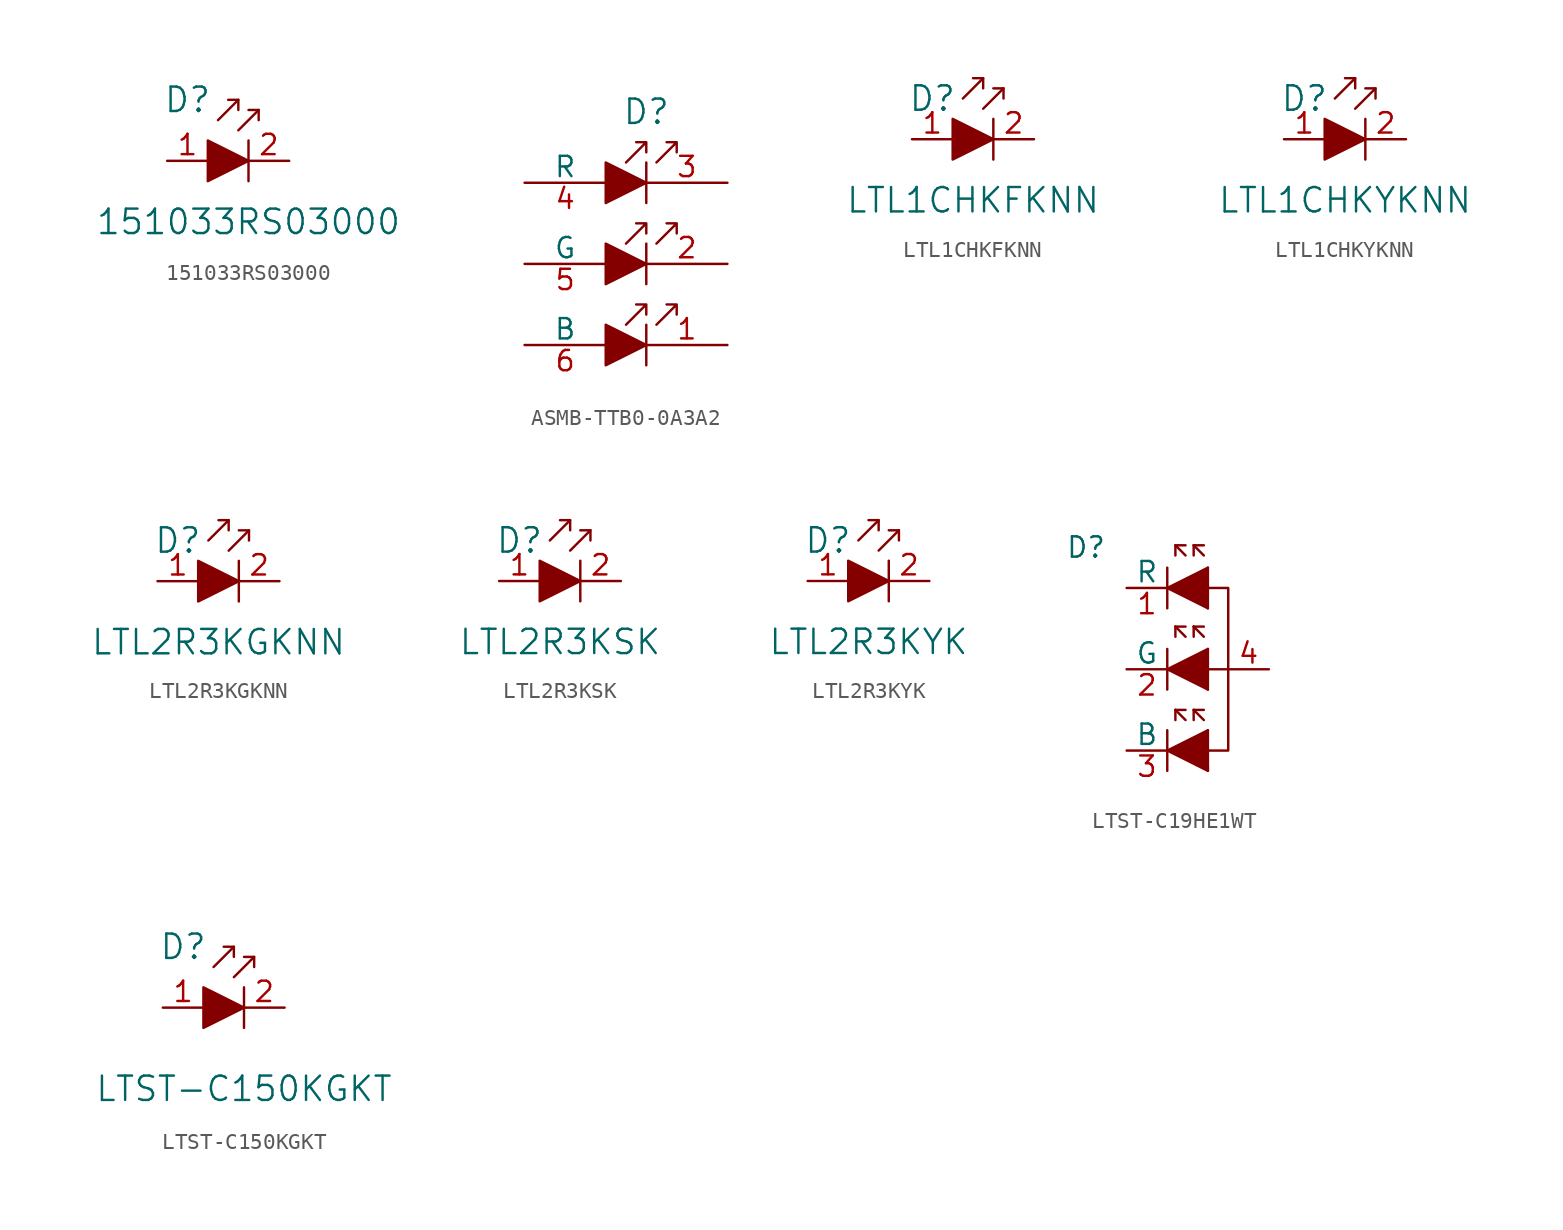
<source format=kicad_sym>
(kicad_symbol_lib
  (version 20201005)
  (generator kicad_symbol_editor)
  (symbol "151033RS03000"
    (pin_names
      (offset 0))
    (property "Reference" "D"
      (at -3.81 3.81 0)
      (effects (font (size 1.524 1.524))))
    (property "Value" "151033RS03000"
      (at 0 -3.81 0)
      (effects (font (size 1.524 1.524))))
    (symbol "151033RS03000_0_1"
      (polyline (pts (xy -0.635 3.81) (xy -1.905 2.54)) (stroke (width 0)) (fill (type none)))
      (polyline (pts (xy 0 1.27) (xy 0 -1.27)) (stroke (width 0)) (fill (type none)))
      (polyline (pts (xy 0.635 3.175) (xy -0.635 1.905)) (stroke (width 0)) (fill (type none)))
      (polyline (pts (xy -1.27 3.81) (xy -0.635 3.81) (xy -0.635 3.175)) (stroke (width 0)) (fill (type none)))
      (polyline (pts (xy 0 3.175) (xy 0.635 3.175) (xy 0.635 2.54)) (stroke (width 0)) (fill (type none)))
      (polyline (pts (xy -2.54 1.27) (xy -2.54 -1.27) (xy 0 0) (xy -2.54 1.27)) (stroke (width 0)) (fill (type outline))))
    (symbol "151033RS03000_1_1"
      (pin passive line (at -5.08 0 0) (length 2.54) (name "~" (effects (font (size 1.27 1.27)))) (number "1" (effects (font (size 1.27 1.27)))))
      (pin passive line (at 2.54 0 180) (length 2.54) (name "~" (effects (font (size 1.27 1.27)))) (number "2" (effects (font (size 1.27 1.27)))))))
  (symbol "ASMB-TTB0-0A3A2"
    (pin_names
      (offset 0))
    (property "Reference" "D"
      (at 0 4.445 0)
      (effects (font (size 1.524 1.524))))
    (symbol "ASMB-TTB0-0A3A2_0_1"
      (polyline (pts (xy 0 -8.89) (xy 0 -11.43)) (stroke (width 0)) (fill (type none)))
      (polyline (pts (xy 0 -3.81) (xy 0 -6.35)) (stroke (width 0)) (fill (type none)))
      (polyline (pts (xy 0 1.27) (xy 0 -1.27)) (stroke (width 0)) (fill (type none)))
      (polyline (pts (xy -2.54 -8.89) (xy -2.54 -11.43) (xy 0 -10.16) (xy -2.54 -8.89)) (stroke (width 0)) (fill (type outline)))
      (polyline (pts (xy -2.54 -3.81) (xy -2.54 -6.35) (xy 0 -5.08) (xy -2.54 -3.81)) (stroke (width 0)) (fill (type outline)))
      (polyline (pts (xy -2.54 1.27) (xy -2.54 -1.27) (xy 0 0) (xy -2.54 1.27)) (stroke (width 0)) (fill (type outline))))
    (symbol "ASMB-TTB0-0A3A2_1_1"
      (polyline (pts (xy 0.635 -8.89) (xy 1.905 -7.62) (xy 1.27 -7.62) (xy 1.905 -7.62) (xy 1.905 -8.255)) (stroke (width 0)) (fill (type none)))
      (polyline (pts (xy 0.635 -3.81) (xy 1.905 -2.54) (xy 1.27 -2.54) (xy 1.905 -2.54) (xy 1.905 -3.175)) (stroke (width 0)) (fill (type none)))
      (polyline (pts (xy 0.635 1.27) (xy 1.905 2.54) (xy 1.27 2.54) (xy 1.905 2.54) (xy 1.905 1.905)) (stroke (width 0)) (fill (type none)))
      (polyline (pts (xy 0 -7.62) (xy 0 -8.255) (xy 0 -7.62) (xy -0.635 -7.62) (xy 0 -7.62) (xy -1.27 -8.89)) (stroke (width 0)) (fill (type none)))
      (polyline (pts (xy 0 -2.54) (xy 0 -3.175) (xy 0 -2.54) (xy -0.635 -2.54) (xy 0 -2.54) (xy -1.27 -3.81)) (stroke (width 0)) (fill (type none)))
      (polyline (pts (xy 0 2.54) (xy 0 1.905) (xy 0 2.54) (xy -0.635 2.54) (xy 0 2.54) (xy -1.27 1.27)) (stroke (width 0)) (fill (type none)))
      (pin output line (at 5.08 -10.16 180) (length 5.08) (name "~" (effects (font (size 1.27 1.27)))) (number "1" (effects (font (size 1.27 1.27)))))
      (pin output line (at 5.08 -5.08 180) (length 5.08) (name "~" (effects (font (size 1.27 1.27)))) (number "2" (effects (font (size 1.27 1.27)))))
      (pin output line (at 5.08 0 180) (length 5.08) (name "~" (effects (font (size 1.27 1.27)))) (number "3" (effects (font (size 1.27 1.27)))))
      (pin input line (at -7.62 0 0) (length 5.08) (name "R" (effects (font (size 1.27 1.27)))) (number "4" (effects (font (size 1.27 1.27)))))
      (pin input line (at -7.62 -5.08 0) (length 5.08) (name "G" (effects (font (size 1.27 1.27)))) (number "5" (effects (font (size 1.27 1.27)))))
      (pin input line (at -7.62 -10.16 0) (length 5.08) (name "B" (effects (font (size 1.27 1.27)))) (number "6" (effects (font (size 1.27 1.27)))))))
  (symbol "LTL1CHKFKNN"
    (pin_names
      (offset 0))
    (property "Reference" "D"
      (at -3.81 2.54 0)
      (effects (font (size 1.524 1.524))))
    (property "Value" "LTL1CHKFKNN"
      (at -1.27 -3.81 0)
      (effects (font (size 1.524 1.524))))
    (symbol "LTL1CHKFKNN_0_1"
      (polyline (pts (xy -0.635 3.81) (xy -1.905 2.54)) (stroke (width 0)) (fill (type none)))
      (polyline (pts (xy 0 1.27) (xy 0 -1.27)) (stroke (width 0)) (fill (type none)))
      (polyline (pts (xy 0.635 3.175) (xy -0.635 1.905)) (stroke (width 0)) (fill (type none)))
      (polyline (pts (xy -1.27 3.81) (xy -0.635 3.81) (xy -0.635 3.175)) (stroke (width 0)) (fill (type none)))
      (polyline (pts (xy 0 3.175) (xy 0.635 3.175) (xy 0.635 2.54)) (stroke (width 0)) (fill (type none)))
      (polyline (pts (xy -2.54 1.27) (xy -2.54 -1.27) (xy 0 0) (xy -2.54 1.27)) (stroke (width 0)) (fill (type outline))))
    (symbol "LTL1CHKFKNN_1_1"
      (pin passive line (at -5.08 0 0) (length 2.54) (name "~" (effects (font (size 1.27 1.27)))) (number "1" (effects (font (size 1.27 1.27)))))
      (pin passive line (at 2.54 0 180) (length 2.54) (name "~" (effects (font (size 1.27 1.27)))) (number "2" (effects (font (size 1.27 1.27)))))))
  (symbol "LTL1CHKYKNN"
    (pin_names
      (offset 0))
    (property "Reference" "D"
      (at -3.81 2.54 0)
      (effects (font (size 1.524 1.524))))
    (property "Value" "LTL1CHKYKNN"
      (at -1.27 -3.81 0)
      (effects (font (size 1.524 1.524))))
    (symbol "LTL1CHKYKNN_0_1"
      (polyline (pts (xy -0.635 3.81) (xy -1.905 2.54)) (stroke (width 0)) (fill (type none)))
      (polyline (pts (xy 0 1.27) (xy 0 -1.27)) (stroke (width 0)) (fill (type none)))
      (polyline (pts (xy 0.635 3.175) (xy -0.635 1.905)) (stroke (width 0)) (fill (type none)))
      (polyline (pts (xy -1.27 3.81) (xy -0.635 3.81) (xy -0.635 3.175)) (stroke (width 0)) (fill (type none)))
      (polyline (pts (xy 0 3.175) (xy 0.635 3.175) (xy 0.635 2.54)) (stroke (width 0)) (fill (type none)))
      (polyline (pts (xy -2.54 1.27) (xy -2.54 -1.27) (xy 0 0) (xy -2.54 1.27)) (stroke (width 0)) (fill (type outline))))
    (symbol "LTL1CHKYKNN_1_1"
      (pin passive line (at -5.08 0 0) (length 2.54) (name "~" (effects (font (size 1.27 1.27)))) (number "1" (effects (font (size 1.27 1.27)))))
      (pin passive line (at 2.54 0 180) (length 2.54) (name "~" (effects (font (size 1.27 1.27)))) (number "2" (effects (font (size 1.27 1.27)))))))
  (symbol "LTL2R3KGKNN"
    (pin_names
      (offset 0))
    (property "Reference" "D"
      (at -3.81 2.54 0)
      (effects (font (size 1.524 1.524))))
    (property "Value" "LTL2R3KGKNN"
      (at -1.27 -3.81 0)
      (effects (font (size 1.524 1.524))))
    (symbol "LTL2R3KGKNN_0_1"
      (polyline (pts (xy -0.635 3.81) (xy -1.905 2.54)) (stroke (width 0)) (fill (type none)))
      (polyline (pts (xy 0 1.27) (xy 0 -1.27)) (stroke (width 0)) (fill (type none)))
      (polyline (pts (xy 0.635 3.175) (xy -0.635 1.905)) (stroke (width 0)) (fill (type none)))
      (polyline (pts (xy -1.27 3.81) (xy -0.635 3.81) (xy -0.635 3.175)) (stroke (width 0)) (fill (type none)))
      (polyline (pts (xy 0 3.175) (xy 0.635 3.175) (xy 0.635 2.54)) (stroke (width 0)) (fill (type none)))
      (polyline (pts (xy -2.54 1.27) (xy -2.54 -1.27) (xy 0 0) (xy -2.54 1.27)) (stroke (width 0)) (fill (type outline))))
    (symbol "LTL2R3KGKNN_1_1"
      (pin passive line (at -5.08 0 0) (length 2.54) (name "~" (effects (font (size 1.27 1.27)))) (number "1" (effects (font (size 1.27 1.27)))))
      (pin passive line (at 2.54 0 180) (length 2.54) (name "~" (effects (font (size 1.27 1.27)))) (number "2" (effects (font (size 1.27 1.27)))))))
  (symbol "LTL2R3KSK"
    (pin_names
      (offset 0))
    (property "Reference" "D"
      (at -3.81 2.54 0)
      (effects (font (size 1.524 1.524))))
    (property "Value" "LTL2R3KSK"
      (at -1.27 -3.81 0)
      (effects (font (size 1.524 1.524))))
    (symbol "LTL2R3KSK_0_1"
      (polyline (pts (xy -0.635 3.81) (xy -1.905 2.54)) (stroke (width 0)) (fill (type none)))
      (polyline (pts (xy 0 1.27) (xy 0 -1.27)) (stroke (width 0)) (fill (type none)))
      (polyline (pts (xy 0.635 3.175) (xy -0.635 1.905)) (stroke (width 0)) (fill (type none)))
      (polyline (pts (xy -1.27 3.81) (xy -0.635 3.81) (xy -0.635 3.175)) (stroke (width 0)) (fill (type none)))
      (polyline (pts (xy 0 3.175) (xy 0.635 3.175) (xy 0.635 2.54)) (stroke (width 0)) (fill (type none)))
      (polyline (pts (xy -2.54 1.27) (xy -2.54 -1.27) (xy 0 0) (xy -2.54 1.27)) (stroke (width 0)) (fill (type outline))))
    (symbol "LTL2R3KSK_1_1"
      (pin passive line (at -5.08 0 0) (length 2.54) (name "~" (effects (font (size 1.27 1.27)))) (number "1" (effects (font (size 1.27 1.27)))))
      (pin passive line (at 2.54 0 180) (length 2.54) (name "~" (effects (font (size 1.27 1.27)))) (number "2" (effects (font (size 1.27 1.27)))))))
  (symbol "LTL2R3KYK"
    (pin_names
      (offset 0))
    (property "Reference" "D"
      (at -3.81 2.54 0)
      (effects (font (size 1.524 1.524))))
    (property "Value" "LTL2R3KYK"
      (at -1.27 -3.81 0)
      (effects (font (size 1.524 1.524))))
    (symbol "LTL2R3KYK_0_1"
      (polyline (pts (xy -0.635 3.81) (xy -1.905 2.54)) (stroke (width 0)) (fill (type none)))
      (polyline (pts (xy 0 1.27) (xy 0 -1.27)) (stroke (width 0)) (fill (type none)))
      (polyline (pts (xy 0.635 3.175) (xy -0.635 1.905)) (stroke (width 0)) (fill (type none)))
      (polyline (pts (xy -1.27 3.81) (xy -0.635 3.81) (xy -0.635 3.175)) (stroke (width 0)) (fill (type none)))
      (polyline (pts (xy 0 3.175) (xy 0.635 3.175) (xy 0.635 2.54)) (stroke (width 0)) (fill (type none)))
      (polyline (pts (xy -2.54 1.27) (xy -2.54 -1.27) (xy 0 0) (xy -2.54 1.27)) (stroke (width 0)) (fill (type outline))))
    (symbol "LTL2R3KYK_1_1"
      (pin passive line (at -5.08 0 0) (length 2.54) (name "~" (effects (font (size 1.27 1.27)))) (number "1" (effects (font (size 1.27 1.27)))))
      (pin passive line (at 2.54 0 180) (length 2.54) (name "~" (effects (font (size 1.27 1.27)))) (number "2" (effects (font (size 1.27 1.27)))))))
  (symbol "LTST-C19HE1WT"
    (pin_names
      (offset 0))
    (property "Reference" "D"
      (at -7.62 7.62 0)
      (effects (font (size 1.27 1.27))))
    (symbol "LTST-C19HE1WT_0_1"
      (polyline (pts (xy -2.54 -6.35) (xy -2.54 -3.81)) (stroke (width 0)) (fill (type none)))
      (polyline (pts (xy -2.54 -1.27) (xy -2.54 1.27)) (stroke (width 0)) (fill (type none)))
      (polyline (pts (xy -2.54 3.81) (xy -2.54 6.35)) (stroke (width 0)) (fill (type none)))
      (polyline (pts (xy 0 -3.81) (xy 0 -6.35)) (stroke (width 0)) (fill (type none)))
      (polyline (pts (xy 0 0) (xy 1.27 0)) (stroke (width 0)) (fill (type none)))
      (polyline (pts (xy 0 1.27) (xy 0 -1.27)) (stroke (width 0)) (fill (type none)))
      (polyline (pts (xy 0 6.35) (xy 0 3.81)) (stroke (width 0)) (fill (type none)))
      (polyline (pts (xy 0 1.27) (xy -2.54 0) (xy 0 -1.27)) (stroke (width 0)) (fill (type outline)))
      (polyline (pts (xy 0 6.35) (xy -2.54 5.08) (xy 0 3.81)) (stroke (width 0)) (fill (type outline)))
      (polyline (pts (xy 0 -3.81) (xy -2.54 -5.08) (xy 0 -6.35) (xy 0 -6.096)) (stroke (width 0)) (fill (type outline)))
      (polyline (pts (xy 0 5.08) (xy 1.27 5.08) (xy 1.27 -5.08) (xy 0 -5.08)) (stroke (width 0)) (fill (type none))))
    (symbol "LTST-C19HE1WT_1_1"
      (polyline (pts (xy -2.032 -2.54) (xy -2.032 -3.175)) (stroke (width 0)) (fill (type none)))
      (polyline (pts (xy -2.032 -2.54) (xy -1.397 -3.175)) (stroke (width 0)) (fill (type none)))
      (polyline (pts (xy -2.032 -2.54) (xy -1.397 -2.54)) (stroke (width 0)) (fill (type none)))
      (polyline (pts (xy -2.032 2.667) (xy -2.032 2.032)) (stroke (width 0)) (fill (type none)))
      (polyline (pts (xy -2.032 2.667) (xy -1.397 2.032)) (stroke (width 0)) (fill (type none)))
      (polyline (pts (xy -2.032 2.667) (xy -1.397 2.667)) (stroke (width 0)) (fill (type none)))
      (polyline (pts (xy -2.032 7.747) (xy -2.032 7.112)) (stroke (width 0)) (fill (type none)))
      (polyline (pts (xy -2.032 7.747) (xy -1.397 7.112)) (stroke (width 0)) (fill (type none)))
      (polyline (pts (xy -2.032 7.747) (xy -1.397 7.747)) (stroke (width 0)) (fill (type none)))
      (polyline (pts (xy -0.889 -2.54) (xy -0.889 -3.175)) (stroke (width 0)) (fill (type none)))
      (polyline (pts (xy -0.889 -2.54) (xy -0.254 -3.175)) (stroke (width 0)) (fill (type none)))
      (polyline (pts (xy -0.889 -2.54) (xy -0.254 -2.54)) (stroke (width 0)) (fill (type none)))
      (polyline (pts (xy -0.889 2.667) (xy -0.889 2.032)) (stroke (width 0)) (fill (type none)))
      (polyline (pts (xy -0.889 2.667) (xy -0.254 2.032)) (stroke (width 0)) (fill (type none)))
      (polyline (pts (xy -0.889 2.667) (xy -0.254 2.667)) (stroke (width 0)) (fill (type none)))
      (polyline (pts (xy -0.889 7.747) (xy -0.889 7.112)) (stroke (width 0)) (fill (type none)))
      (polyline (pts (xy -0.889 7.747) (xy -0.254 7.112)) (stroke (width 0)) (fill (type none)))
      (polyline (pts (xy -0.889 7.747) (xy -0.254 7.747)) (stroke (width 0)) (fill (type none)))
      (pin passive line (at -5.08 5.08 0) (length 2.54) (name "R" (effects (font (size 1.27 1.27)))) (number "1" (effects (font (size 1.27 1.27)))))
      (pin passive line (at -5.08 0 0) (length 2.54) (name "G" (effects (font (size 1.27 1.27)))) (number "2" (effects (font (size 1.27 1.27)))))
      (pin passive line (at -5.08 -5.08 0) (length 2.54) (name "B" (effects (font (size 1.27 1.27)))) (number "3" (effects (font (size 1.27 1.27)))))
      (pin passive line (at 3.81 0 180) (length 2.54) (name "~" (effects (font (size 1.27 1.27)))) (number "4" (effects (font (size 1.27 1.27)))))))
  (symbol "LTST-C150KGKT"
    (pin_names
      (offset 0))
    (property "Reference" "D"
      (at -3.81 3.81 0)
      (effects (font (size 1.524 1.524))))
    (property "Value" "LTST-C150KGKT"
      (at 0 -5.08 0)
      (effects (font (size 1.524 1.524))))
    (symbol "LTST-C150KGKT_0_1"
      (polyline (pts (xy -0.635 3.81) (xy -1.905 2.54)) (stroke (width 0)) (fill (type none)))
      (polyline (pts (xy 0 1.27) (xy 0 -1.27)) (stroke (width 0)) (fill (type none)))
      (polyline (pts (xy 0.635 3.175) (xy -0.635 1.905)) (stroke (width 0)) (fill (type none)))
      (polyline (pts (xy -1.27 3.81) (xy -0.635 3.81) (xy -0.635 3.175)) (stroke (width 0)) (fill (type none)))
      (polyline (pts (xy 0 3.175) (xy 0.635 3.175) (xy 0.635 2.54)) (stroke (width 0)) (fill (type none)))
      (polyline (pts (xy -2.54 1.27) (xy -2.54 -1.27) (xy 0 0) (xy -2.54 1.27)) (stroke (width 0)) (fill (type outline))))
    (symbol "LTST-C150KGKT_1_1"
      (pin passive line (at -5.08 0 0) (length 2.54) (name "~" (effects (font (size 1.27 1.27)))) (number "1" (effects (font (size 1.27 1.27)))))
      (pin passive line (at 2.54 0 180) (length 2.54) (name "~" (effects (font (size 1.27 1.27)))) (number "2" (effects (font (size 1.27 1.27))))))))
</source>
